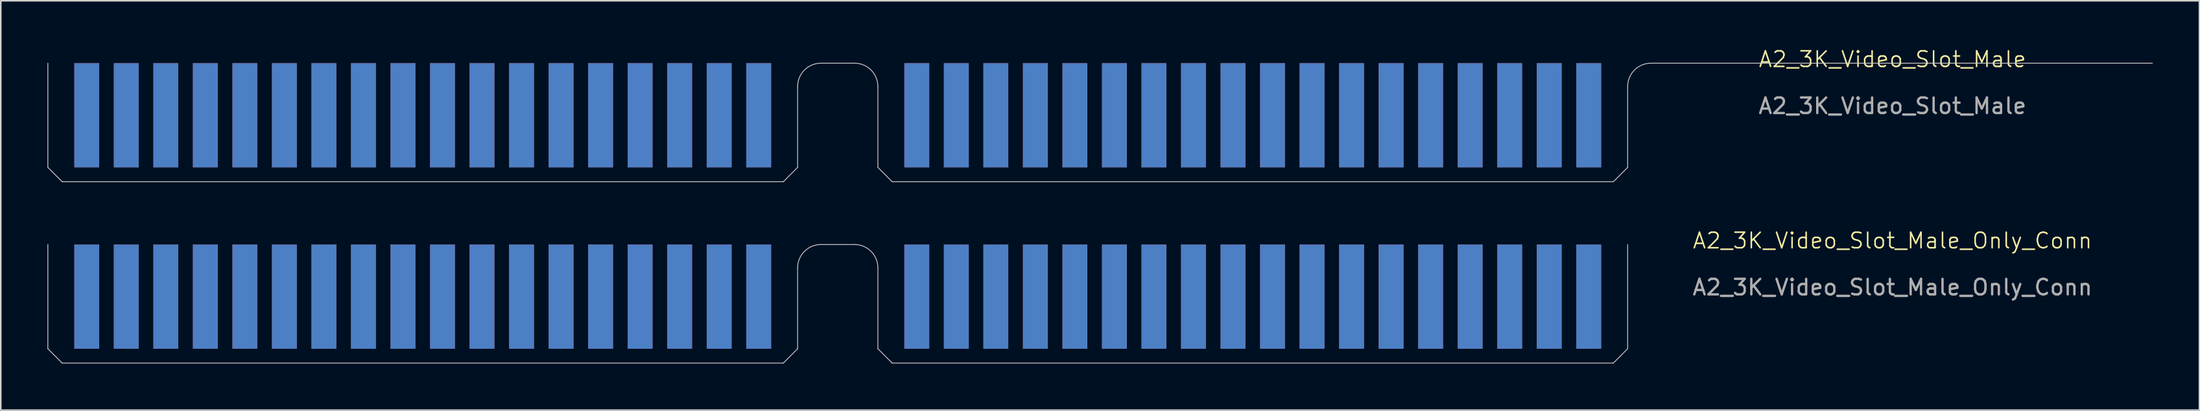
<source format=kicad_pcb>
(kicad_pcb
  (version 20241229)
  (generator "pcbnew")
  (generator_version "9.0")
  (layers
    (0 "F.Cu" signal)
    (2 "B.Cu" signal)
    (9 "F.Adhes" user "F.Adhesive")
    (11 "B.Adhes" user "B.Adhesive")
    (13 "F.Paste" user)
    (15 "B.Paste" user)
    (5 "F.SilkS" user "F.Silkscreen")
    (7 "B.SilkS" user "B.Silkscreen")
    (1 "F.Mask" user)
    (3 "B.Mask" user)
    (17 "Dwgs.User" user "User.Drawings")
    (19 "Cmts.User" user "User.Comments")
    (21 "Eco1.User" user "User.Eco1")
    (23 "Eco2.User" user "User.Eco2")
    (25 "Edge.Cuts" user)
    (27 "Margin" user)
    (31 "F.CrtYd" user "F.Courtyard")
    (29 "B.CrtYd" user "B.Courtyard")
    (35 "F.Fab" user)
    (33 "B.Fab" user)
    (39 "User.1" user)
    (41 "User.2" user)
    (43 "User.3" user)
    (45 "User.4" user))
  (footprint "A2_3K_Video_Slot_Male_Only_Conn"
    (layer "F.Cu")
    (at 118.565 12.916)
    (property "Reference" "A2_3K_Video_Slot_Male_Only_Conn" (at 0 -0.5 0) (unlocked yes) (layer "F.SilkS") (effects (font (size 1 1) (thickness 0.1))))
    (attr smd)
    (fp_line (start -118.54 6.45) (end -118.54 -0.25) (stroke (width 0.05) (type default)) (layer "Edge.Cuts"))
    (fp_line (start -117.621 7.369) (end -118.54 6.45) (stroke (width 0.05) (type default)) (layer "Edge.Cuts"))
    (fp_line (start -71.279 7.37) (end -117.621 7.37) (stroke (width 0.05) (type default)) (layer "Edge.Cuts"))
    (fp_line (start -71.279 7.37) (end -70.361 6.45) (stroke (width 0.05) (type default)) (layer "Edge.Cuts"))
    (fp_line (start -70.36 1.251) (end -70.36 6.45) (stroke (width 0.05) (type default)) (layer "Edge.Cuts"))
    (fp_line (start -66.701 -0.249) (end -68.859 -0.249) (stroke (width 0.05) (type default)) (layer "Edge.Cuts"))
    (fp_line (start -65.2 6.45) (end -65.2 1.251) (stroke (width 0.05) (type default)) (layer "Edge.Cuts"))
    (fp_line (start -64.281 7.37) (end -65.2 6.45) (stroke (width 0.05) (type default)) (layer "Edge.Cuts"))
    (fp_line (start -17.939 7.37) (end -64.281 7.37) (stroke (width 0.05) (type default)) (layer "Edge.Cuts"))
    (fp_line (start -17.939 7.37) (end -17.02 6.45) (stroke (width 0.05) (type default)) (layer "Edge.Cuts"))
    (fp_line (start -17.02 -0.25) (end -17.02 6.45) (stroke (width 0.05) (type default)) (layer "Edge.Cuts"))
    (fp_arc (start -70.35934 1.25066) (mid -69.92 0.19) (end -68.85934 -0.24934) (stroke (width 0.05) (type default)) (layer "Edge.Cuts"))
    (fp_arc (start -66.70066 -0.24934) (mid -65.64 0.19) (end -65.20066 1.25066) (stroke (width 0.05) (type default)) (layer "Edge.Cuts"))
    (fp_text user "${REFERENCE}" (at 0 2.5 0) (unlocked yes) (layer "F.Fab") (effects (font (size 1 1) (thickness 0.15))))
    (pad "F1" connect rect (at -72.86 3.1) (size 1.6 6.7) (layers "B.Cu" "B.Mask"))
    (pad "F2" connect rect (at -72.86 3.1) (size 1.6 6.7) (layers "F.Cu" "F.Mask"))
    (pad "F3" connect rect (at -75.4 3.1) (size 1.6 6.7) (layers "B.Cu" "B.Mask"))
    (pad "F4" connect rect (at -75.4 3.1) (size 1.6 6.7) (layers "F.Cu" "F.Mask"))
    (pad "F5" connect rect (at -77.94 3.1) (size 1.6 6.7) (layers "B.Cu" "B.Mask"))
    (pad "F6" connect rect (at -77.94 3.1) (size 1.6 6.7) (layers "F.Cu" "F.Mask"))
    (pad "F7" connect rect (at -80.48 3.1) (size 1.6 6.7) (layers "B.Cu" "B.Mask"))
    (pad "F8" connect rect (at -80.48 3.1) (size 1.6 6.7) (layers "F.Cu" "F.Mask"))
    (pad "F9" connect rect (at -83.02 3.1) (size 1.6 6.7) (layers "B.Cu" "B.Mask"))
    (pad "F10" connect rect (at -83.02 3.1) (size 1.6 6.7) (layers "F.Cu" "F.Mask"))
    (pad "F11" connect rect (at -85.56 3.1) (size 1.6 6.7) (layers "B.Cu" "B.Mask"))
    (pad "F12" connect rect (at -85.56 3.1) (size 1.6 6.7) (layers "F.Cu" "F.Mask"))
    (pad "F13" connect rect (at -88.1 3.1) (size 1.6 6.7) (layers "B.Cu" "B.Mask"))
    (pad "F14" connect rect (at -88.1 3.1) (size 1.6 6.7) (layers "F.Cu" "F.Mask"))
    (pad "F15" connect rect (at -90.64 3.1) (size 1.6 6.7) (layers "B.Cu" "B.Mask"))
    (pad "F16" connect rect (at -90.64 3.1) (size 1.6 6.7) (layers "F.Cu" "F.Mask"))
    (pad "F17" connect rect (at -93.18 3.1) (size 1.6 6.7) (layers "B.Cu" "B.Mask"))
    (pad "F18" connect rect (at -93.18 3.1) (size 1.6 6.7) (layers "F.Cu" "F.Mask"))
    (pad "F19" connect rect (at -95.72 3.1) (size 1.6 6.7) (layers "B.Cu" "B.Mask"))
    (pad "F20" connect rect (at -95.72 3.1) (size 1.6 6.7) (layers "F.Cu" "F.Mask"))
    (pad "F21" connect rect (at -98.26 3.1) (size 1.6 6.7) (layers "B.Cu" "B.Mask"))
    (pad "F22" connect rect (at -98.26 3.1) (size 1.6 6.7) (layers "F.Cu" "F.Mask"))
    (pad "F23" connect rect (at -100.8 3.1) (size 1.6 6.7) (layers "B.Cu" "B.Mask"))
    (pad "F24" connect rect (at -100.8 3.1) (size 1.6 6.7) (layers "F.Cu" "F.Mask"))
    (pad "F25" connect rect (at -103.34 3.1) (size 1.6 6.7) (layers "B.Cu" "B.Mask"))
    (pad "F26" connect rect (at -103.34 3.1) (size 1.6 6.7) (layers "F.Cu" "F.Mask"))
    (pad "F27" connect rect (at -105.88 3.1) (size 1.6 6.7) (layers "B.Cu" "B.Mask"))
    (pad "F28" connect rect (at -105.88 3.1) (size 1.6 6.7) (layers "F.Cu" "F.Mask"))
    (pad "F29" connect rect (at -108.42 3.1) (size 1.6 6.7) (layers "B.Cu" "B.Mask"))
    (pad "F30" connect rect (at -108.42 3.1) (size 1.6 6.7) (layers "F.Cu" "F.Mask"))
    (pad "F31" connect rect (at -110.96 3.1) (size 1.6 6.7) (layers "B.Cu" "B.Mask"))
    (pad "F32" connect rect (at -110.96 3.1) (size 1.6 6.7) (layers "F.Cu" "F.Mask"))
    (pad "F33" connect rect (at -113.5 3.1) (size 1.6 6.7) (layers "B.Cu" "B.Mask"))
    (pad "F34" connect rect (at -113.5 3.1) (size 1.6 6.7) (layers "F.Cu" "F.Mask"))
    (pad "F35" connect rect (at -116.04 3.1) (size 1.6 6.7) (layers "B.Cu" "B.Mask"))
    (pad "F36" connect rect (at -116.04 3.1) (size 1.6 6.7) (layers "F.Cu" "F.Mask"))
    (pad "R1" connect rect (at -19.52 3.1) (size 1.6 6.7) (layers "B.Cu" "B.Mask"))
    (pad "R2" connect rect (at -19.52 3.1) (size 1.6 6.7) (layers "F.Cu" "F.Mask"))
    (pad "R3" connect rect (at -22.06 3.1) (size 1.6 6.7) (layers "B.Cu" "B.Mask"))
    (pad "R4" connect rect (at -22.06 3.1) (size 1.6 6.7) (layers "F.Cu" "F.Mask"))
    (pad "R5" connect rect (at -24.6 3.1) (size 1.6 6.7) (layers "B.Cu" "B.Mask"))
    (pad "R6" connect rect (at -24.6 3.1) (size 1.6 6.7) (layers "F.Cu" "F.Mask"))
    (pad "R7" connect rect (at -27.14 3.1) (size 1.6 6.7) (layers "B.Cu" "B.Mask"))
    (pad "R8" connect rect (at -27.14 3.1) (size 1.6 6.7) (layers "F.Cu" "F.Mask"))
    (pad "R9" connect rect (at -29.68 3.1) (size 1.6 6.7) (layers "B.Cu" "B.Mask"))
    (pad "R10" connect rect (at -29.68 3.1) (size 1.6 6.7) (layers "F.Cu" "F.Mask"))
    (pad "R11" connect rect (at -32.22 3.1) (size 1.6 6.7) (layers "B.Cu" "B.Mask"))
    (pad "R12" connect rect (at -32.22 3.1) (size 1.6 6.7) (layers "F.Cu" "F.Mask"))
    (pad "R13" connect rect (at -34.76 3.1) (size 1.6 6.7) (layers "B.Cu" "B.Mask"))
    (pad "R14" connect rect (at -34.76 3.1) (size 1.6 6.7) (layers "F.Cu" "F.Mask"))
    (pad "R15" connect rect (at -37.3 3.1) (size 1.6 6.7) (layers "B.Cu" "B.Mask"))
    (pad "R16" connect rect (at -37.3 3.1) (size 1.6 6.7) (layers "F.Cu" "F.Mask"))
    (pad "R17" connect rect (at -39.84 3.1) (size 1.6 6.7) (layers "B.Cu" "B.Mask"))
    (pad "R18" connect rect (at -39.84 3.1) (size 1.6 6.7) (layers "F.Cu" "F.Mask"))
    (pad "R19" connect rect (at -42.38 3.1) (size 1.6 6.7) (layers "B.Cu" "B.Mask"))
    (pad "R20" connect rect (at -42.38 3.1) (size 1.6 6.7) (layers "F.Cu" "F.Mask"))
    (pad "R21" connect rect (at -44.92 3.1) (size 1.6 6.7) (layers "B.Cu" "B.Mask"))
    (pad "R22" connect rect (at -44.92 3.1) (size 1.6 6.7) (layers "F.Cu" "F.Mask"))
    (pad "R23" connect rect (at -47.46 3.1) (size 1.6 6.7) (layers "B.Cu" "B.Mask"))
    (pad "R24" connect rect (at -47.46 3.1) (size 1.6 6.7) (layers "F.Cu" "F.Mask"))
    (pad "R25" connect rect (at -50 3.1) (size 1.6 6.7) (layers "B.Cu" "B.Mask"))
    (pad "R26" connect rect (at -50 3.1) (size 1.6 6.7) (layers "F.Cu" "F.Mask"))
    (pad "R27" connect rect (at -52.54 3.1) (size 1.6 6.7) (layers "B.Cu" "B.Mask"))
    (pad "R28" connect rect (at -52.54 3.1) (size 1.6 6.7) (layers "F.Cu" "F.Mask"))
    (pad "R29" connect rect (at -55.08 3.1) (size 1.6 6.7) (layers "B.Cu" "B.Mask"))
    (pad "R30" connect rect (at -55.08 3.1) (size 1.6 6.7) (layers "F.Cu" "F.Mask"))
    (pad "R31" connect rect (at -57.62 3.1) (size 1.6 6.7) (layers "B.Cu" "B.Mask"))
    (pad "R32" connect rect (at -57.62 3.1) (size 1.6 6.7) (layers "F.Cu" "F.Mask"))
    (pad "R33" connect rect (at -60.16 3.1) (size 1.6 6.7) (layers "B.Cu" "B.Mask"))
    (pad "R34" connect rect (at -60.16 3.1) (size 1.6 6.7) (layers "F.Cu" "F.Mask"))
    (pad "R35" connect rect (at -62.7 3.1) (size 1.6 6.7) (layers "B.Cu" "B.Mask"))
    (pad "R36" connect rect (at -62.7 3.1) (size 1.6 6.7) (layers "F.Cu" "F.Mask")))
  (footprint "A2_3K_Video_Slot_Male"
    (layer "F.Cu")
    (at 118.565 1.26)
    (property "Reference" "A2_3K_Video_Slot_Male" (at 0 -0.5 0) (unlocked yes) (layer "F.SilkS") (effects (font (size 1 1) (thickness 0.1))))
    (attr smd)
    (fp_line (start -118.54 6.45) (end -118.54 -0.25) (stroke (width 0.05) (type default)) (layer "Edge.Cuts"))
    (fp_line (start -117.621 7.369) (end -118.54 6.45) (stroke (width 0.05) (type default)) (layer "Edge.Cuts"))
    (fp_line (start -71.279 7.37) (end -117.621 7.37) (stroke (width 0.05) (type default)) (layer "Edge.Cuts"))
    (fp_line (start -71.279 7.37) (end -70.361 6.45) (stroke (width 0.05) (type default)) (layer "Edge.Cuts"))
    (fp_line (start -70.36 1.251) (end -70.36 6.45) (stroke (width 0.05) (type default)) (layer "Edge.Cuts"))
    (fp_line (start -66.701 -0.249) (end -68.859 -0.249) (stroke (width 0.05) (type default)) (layer "Edge.Cuts"))
    (fp_line (start -65.2 6.45) (end -65.2 1.251) (stroke (width 0.05) (type default)) (layer "Edge.Cuts"))
    (fp_line (start -64.281 7.37) (end -65.2 6.45) (stroke (width 0.05) (type default)) (layer "Edge.Cuts"))
    (fp_line (start -17.939 7.37) (end -64.281 7.37) (stroke (width 0.05) (type default)) (layer "Edge.Cuts"))
    (fp_line (start -17.939 7.37) (end -17.02 6.45) (stroke (width 0.05) (type default)) (layer "Edge.Cuts"))
    (fp_line (start -17.02 1.251) (end -17.02 6.45) (stroke (width 0.05) (type default)) (layer "Edge.Cuts"))
    (fp_line (start 16.7 -0.25) (end -15.519 -0.25) (stroke (width 0.05) (type default)) (layer "Edge.Cuts"))
    (fp_arc (start -70.35934 1.25066) (mid -69.92 0.19) (end -68.85934 -0.24934) (stroke (width 0.05) (type default)) (layer "Edge.Cuts"))
    (fp_arc (start -66.70066 -0.24934) (mid -65.64 0.19) (end -65.20066 1.25066) (stroke (width 0.05) (type default)) (layer "Edge.Cuts"))
    (fp_arc (start -17.01934 1.25066) (mid -16.58 0.19) (end -15.51934 -0.24934) (stroke (width 0.05) (type default)) (layer "Edge.Cuts"))
    (fp_text user "${REFERENCE}" (at 0 2.5 0) (unlocked yes) (layer "F.Fab") (effects (font (size 1 1) (thickness 0.15))))
    (pad "F1" connect rect (at -72.86 3.1) (size 1.6 6.7) (layers "B.Cu" "B.Mask"))
    (pad "F2" connect rect (at -72.86 3.1) (size 1.6 6.7) (layers "F.Cu" "F.Mask"))
    (pad "F3" connect rect (at -75.4 3.1) (size 1.6 6.7) (layers "B.Cu" "B.Mask"))
    (pad "F4" connect rect (at -75.4 3.1) (size 1.6 6.7) (layers "F.Cu" "F.Mask"))
    (pad "F5" connect rect (at -77.94 3.1) (size 1.6 6.7) (layers "B.Cu" "B.Mask"))
    (pad "F6" connect rect (at -77.94 3.1) (size 1.6 6.7) (layers "F.Cu" "F.Mask"))
    (pad "F7" connect rect (at -80.48 3.1) (size 1.6 6.7) (layers "B.Cu" "B.Mask"))
    (pad "F8" connect rect (at -80.48 3.1) (size 1.6 6.7) (layers "F.Cu" "F.Mask"))
    (pad "F9" connect rect (at -83.02 3.1) (size 1.6 6.7) (layers "B.Cu" "B.Mask"))
    (pad "F10" connect rect (at -83.02 3.1) (size 1.6 6.7) (layers "F.Cu" "F.Mask"))
    (pad "F11" connect rect (at -85.56 3.1) (size 1.6 6.7) (layers "B.Cu" "B.Mask"))
    (pad "F12" connect rect (at -85.56 3.1) (size 1.6 6.7) (layers "F.Cu" "F.Mask"))
    (pad "F13" connect rect (at -88.1 3.1) (size 1.6 6.7) (layers "B.Cu" "B.Mask"))
    (pad "F14" connect rect (at -88.1 3.1) (size 1.6 6.7) (layers "F.Cu" "F.Mask"))
    (pad "F15" connect rect (at -90.64 3.1) (size 1.6 6.7) (layers "B.Cu" "B.Mask"))
    (pad "F16" connect rect (at -90.64 3.1) (size 1.6 6.7) (layers "F.Cu" "F.Mask"))
    (pad "F17" connect rect (at -93.18 3.1) (size 1.6 6.7) (layers "B.Cu" "B.Mask"))
    (pad "F18" connect rect (at -93.18 3.1) (size 1.6 6.7) (layers "F.Cu" "F.Mask"))
    (pad "F19" connect rect (at -95.72 3.1) (size 1.6 6.7) (layers "B.Cu" "B.Mask"))
    (pad "F20" connect rect (at -95.72 3.1) (size 1.6 6.7) (layers "F.Cu" "F.Mask"))
    (pad "F21" connect rect (at -98.26 3.1) (size 1.6 6.7) (layers "B.Cu" "B.Mask"))
    (pad "F22" connect rect (at -98.26 3.1) (size 1.6 6.7) (layers "F.Cu" "F.Mask"))
    (pad "F23" connect rect (at -100.8 3.1) (size 1.6 6.7) (layers "B.Cu" "B.Mask"))
    (pad "F24" connect rect (at -100.8 3.1) (size 1.6 6.7) (layers "F.Cu" "F.Mask"))
    (pad "F25" connect rect (at -103.34 3.1) (size 1.6 6.7) (layers "B.Cu" "B.Mask"))
    (pad "F26" connect rect (at -103.34 3.1) (size 1.6 6.7) (layers "F.Cu" "F.Mask"))
    (pad "F27" connect rect (at -105.88 3.1) (size 1.6 6.7) (layers "B.Cu" "B.Mask"))
    (pad "F28" connect rect (at -105.88 3.1) (size 1.6 6.7) (layers "F.Cu" "F.Mask"))
    (pad "F29" connect rect (at -108.42 3.1) (size 1.6 6.7) (layers "B.Cu" "B.Mask"))
    (pad "F30" connect rect (at -108.42 3.1) (size 1.6 6.7) (layers "F.Cu" "F.Mask"))
    (pad "F31" connect rect (at -110.96 3.1) (size 1.6 6.7) (layers "B.Cu" "B.Mask"))
    (pad "F32" connect rect (at -110.96 3.1) (size 1.6 6.7) (layers "F.Cu" "F.Mask"))
    (pad "F33" connect rect (at -113.5 3.1) (size 1.6 6.7) (layers "B.Cu" "B.Mask"))
    (pad "F34" connect rect (at -113.5 3.1) (size 1.6 6.7) (layers "F.Cu" "F.Mask"))
    (pad "F35" connect rect (at -116.04 3.1) (size 1.6 6.7) (layers "B.Cu" "B.Mask"))
    (pad "F36" connect rect (at -116.04 3.1) (size 1.6 6.7) (layers "F.Cu" "F.Mask"))
    (pad "R1" connect rect (at -19.52 3.1) (size 1.6 6.7) (layers "B.Cu" "B.Mask"))
    (pad "R2" connect rect (at -19.52 3.1) (size 1.6 6.7) (layers "F.Cu" "F.Mask"))
    (pad "R3" connect rect (at -22.06 3.1) (size 1.6 6.7) (layers "B.Cu" "B.Mask"))
    (pad "R4" connect rect (at -22.06 3.1) (size 1.6 6.7) (layers "F.Cu" "F.Mask"))
    (pad "R5" connect rect (at -24.6 3.1) (size 1.6 6.7) (layers "B.Cu" "B.Mask"))
    (pad "R6" connect rect (at -24.6 3.1) (size 1.6 6.7) (layers "F.Cu" "F.Mask"))
    (pad "R7" connect rect (at -27.14 3.1) (size 1.6 6.7) (layers "B.Cu" "B.Mask"))
    (pad "R8" connect rect (at -27.14 3.1) (size 1.6 6.7) (layers "F.Cu" "F.Mask"))
    (pad "R9" connect rect (at -29.68 3.1) (size 1.6 6.7) (layers "B.Cu" "B.Mask"))
    (pad "R10" connect rect (at -29.68 3.1) (size 1.6 6.7) (layers "F.Cu" "F.Mask"))
    (pad "R11" connect rect (at -32.22 3.1) (size 1.6 6.7) (layers "B.Cu" "B.Mask"))
    (pad "R12" connect rect (at -32.22 3.1) (size 1.6 6.7) (layers "F.Cu" "F.Mask"))
    (pad "R13" connect rect (at -34.76 3.1) (size 1.6 6.7) (layers "B.Cu" "B.Mask"))
    (pad "R14" connect rect (at -34.76 3.1) (size 1.6 6.7) (layers "F.Cu" "F.Mask"))
    (pad "R15" connect rect (at -37.3 3.1) (size 1.6 6.7) (layers "B.Cu" "B.Mask"))
    (pad "R16" connect rect (at -37.3 3.1) (size 1.6 6.7) (layers "F.Cu" "F.Mask"))
    (pad "R17" connect rect (at -39.84 3.1) (size 1.6 6.7) (layers "B.Cu" "B.Mask"))
    (pad "R18" connect rect (at -39.84 3.1) (size 1.6 6.7) (layers "F.Cu" "F.Mask"))
    (pad "R19" connect rect (at -42.38 3.1) (size 1.6 6.7) (layers "B.Cu" "B.Mask"))
    (pad "R20" connect rect (at -42.38 3.1) (size 1.6 6.7) (layers "F.Cu" "F.Mask"))
    (pad "R21" connect rect (at -44.92 3.1) (size 1.6 6.7) (layers "B.Cu" "B.Mask"))
    (pad "R22" connect rect (at -44.92 3.1) (size 1.6 6.7) (layers "F.Cu" "F.Mask"))
    (pad "R23" connect rect (at -47.46 3.1) (size 1.6 6.7) (layers "B.Cu" "B.Mask"))
    (pad "R24" connect rect (at -47.46 3.1) (size 1.6 6.7) (layers "F.Cu" "F.Mask"))
    (pad "R25" connect rect (at -50 3.1) (size 1.6 6.7) (layers "B.Cu" "B.Mask"))
    (pad "R26" connect rect (at -50 3.1) (size 1.6 6.7) (layers "F.Cu" "F.Mask"))
    (pad "R27" connect rect (at -52.54 3.1) (size 1.6 6.7) (layers "B.Cu" "B.Mask"))
    (pad "R28" connect rect (at -52.54 3.1) (size 1.6 6.7) (layers "F.Cu" "F.Mask"))
    (pad "R29" connect rect (at -55.08 3.1) (size 1.6 6.7) (layers "B.Cu" "B.Mask"))
    (pad "R30" connect rect (at -55.08 3.1) (size 1.6 6.7) (layers "F.Cu" "F.Mask"))
    (pad "R31" connect rect (at -57.62 3.1) (size 1.6 6.7) (layers "B.Cu" "B.Mask"))
    (pad "R32" connect rect (at -57.62 3.1) (size 1.6 6.7) (layers "F.Cu" "F.Mask"))
    (pad "R33" connect rect (at -60.16 3.1) (size 1.6 6.7) (layers "B.Cu" "B.Mask"))
    (pad "R34" connect rect (at -60.16 3.1) (size 1.6 6.7) (layers "F.Cu" "F.Mask"))
    (pad "R35" connect rect (at -62.7 3.1) (size 1.6 6.7) (layers "B.Cu" "B.Mask"))
    (pad "R36" connect rect (at -62.7 3.1) (size 1.6 6.7) (layers "F.Cu" "F.Mask")))
  (gr_rect
    (start -3 -3)
    (end 138.29 23.311)
    (stroke (width 0.1) (type default))
    (fill no)
    (layer "Edge.Cuts")))
</source>
